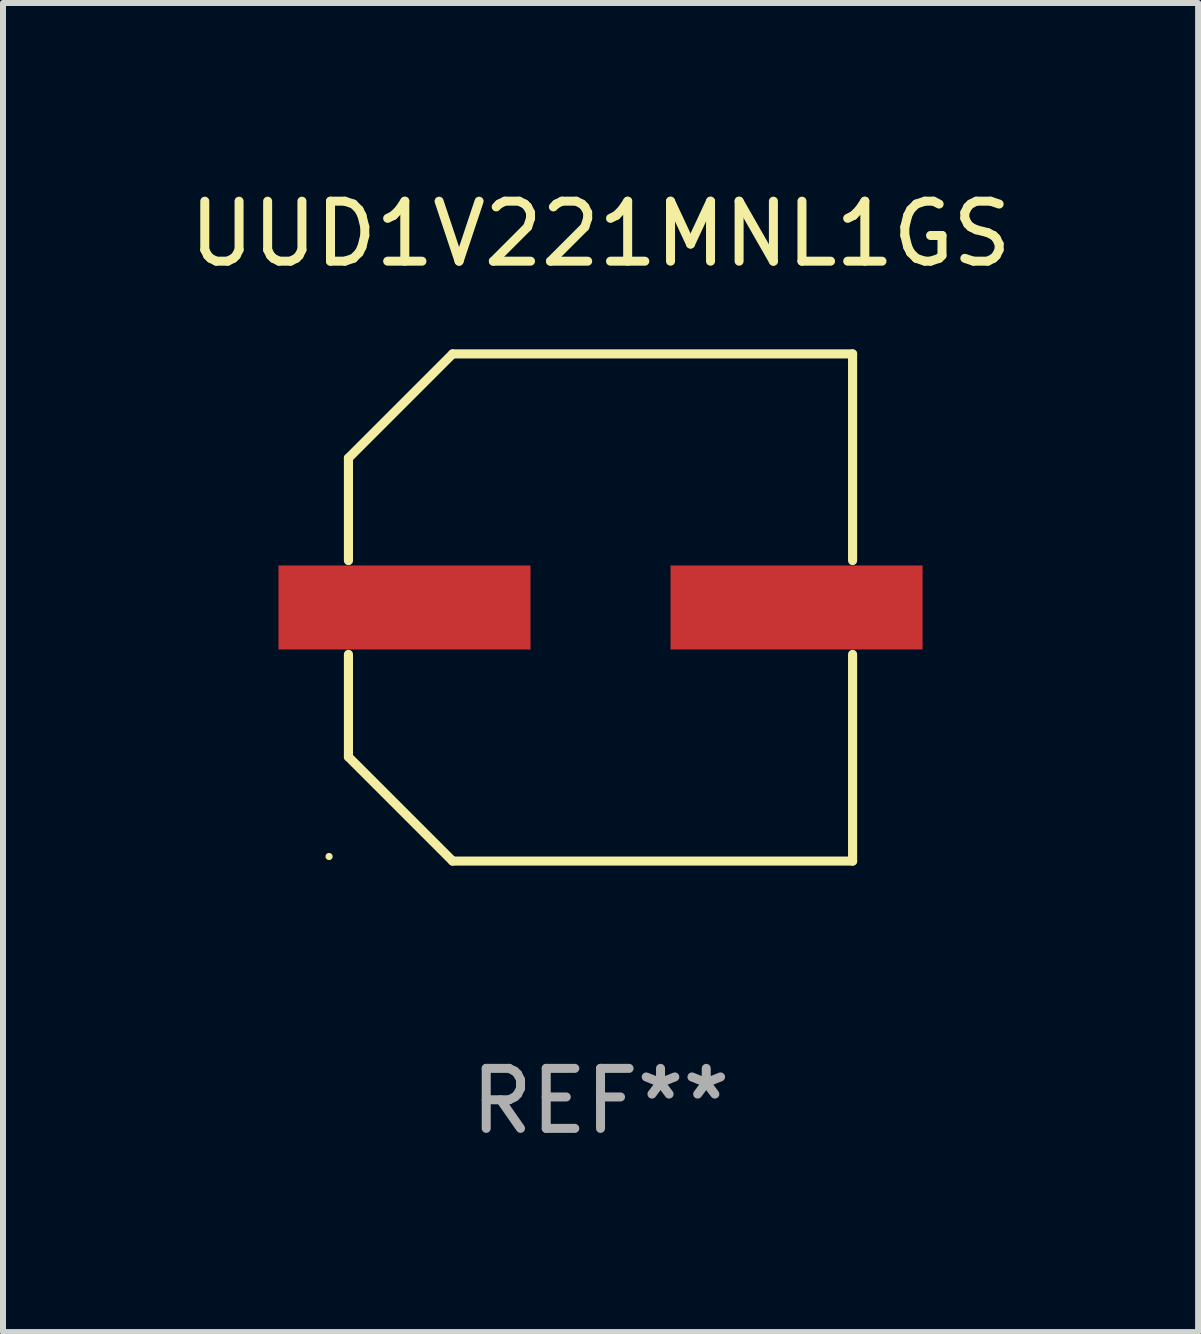
<source format=kicad_pcb>
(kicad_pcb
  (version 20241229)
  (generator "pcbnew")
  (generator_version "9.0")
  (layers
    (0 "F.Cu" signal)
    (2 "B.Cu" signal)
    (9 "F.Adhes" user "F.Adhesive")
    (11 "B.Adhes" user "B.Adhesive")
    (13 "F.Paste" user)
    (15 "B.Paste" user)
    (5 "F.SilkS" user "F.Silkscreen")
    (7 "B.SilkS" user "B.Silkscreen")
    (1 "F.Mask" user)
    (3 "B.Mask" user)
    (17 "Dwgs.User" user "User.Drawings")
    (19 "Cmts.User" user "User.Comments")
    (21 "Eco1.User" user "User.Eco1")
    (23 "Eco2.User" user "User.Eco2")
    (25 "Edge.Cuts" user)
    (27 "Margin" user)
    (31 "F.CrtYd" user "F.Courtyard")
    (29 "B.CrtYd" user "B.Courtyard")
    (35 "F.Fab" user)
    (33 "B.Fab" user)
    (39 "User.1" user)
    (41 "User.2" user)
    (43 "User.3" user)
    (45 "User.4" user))
  (footprint "UUD1V221MNL1GS"
    (layer "F.Cu")
    (at 6.958 7.074)
    (property "Reference" "UUD1V221MNL1GS" (at 0 -6.226 0) (layer "F.SilkS") (effects (font (size 1 1) (thickness 0.15))))
    (attr through_hole)
    (fp_line (start -4.201 -2.49) (end -4.201 -0.782) (stroke (width 0.152) (type solid)) (layer "F.SilkS"))
    (fp_line (start -4.201 2.49) (end -4.201 0.782) (stroke (width 0.152) (type solid)) (layer "F.SilkS"))
    (fp_line (start -2.465 -4.226) (end -4.201 -2.49) (stroke (width 0.152) (type solid)) (layer "F.SilkS"))
    (fp_line (start -2.465 4.226) (end -4.201 2.49) (stroke (width 0.152) (type solid)) (layer "F.SilkS"))
    (fp_line (start 4.201 -4.226) (end -2.465 -4.226) (stroke (width 0.152) (type solid)) (layer "F.SilkS"))
    (fp_line (start 4.201 -0.782) (end 4.201 -4.226) (stroke (width 0.152) (type solid)) (layer "F.SilkS"))
    (fp_line (start 4.201 0.782) (end 4.201 4.226) (stroke (width 0.152) (type solid)) (layer "F.SilkS"))
    (fp_line (start 4.201 4.226) (end -2.465 4.226) (stroke (width 0.152) (type solid)) (layer "F.SilkS"))
    (fp_circle (center -4.524 4.15) (end -4.494 4.15) (stroke (width 0.06) (type solid)) (fill no) (layer "F.SilkS"))
    (fp_text user "REF**" (at 0 8.226 0) (layer "F.Fab") (effects (font (size 1 1) (thickness 0.15))))
    (pad "1" smd rect (at -3.267 0) (size 4.2 1.4) (layers "F.Cu" "F.Mask" "F.Paste"))
    (pad "2" smd rect (at 3.267 0) (size 4.2 1.4) (layers "F.Cu" "F.Mask" "F.Paste")))
  (gr_rect
    (start -3 -3)
    (end 16.917 19.149)
    (stroke (width 0.1) (type default))
    (fill no)
    (layer "Edge.Cuts")))
</source>
